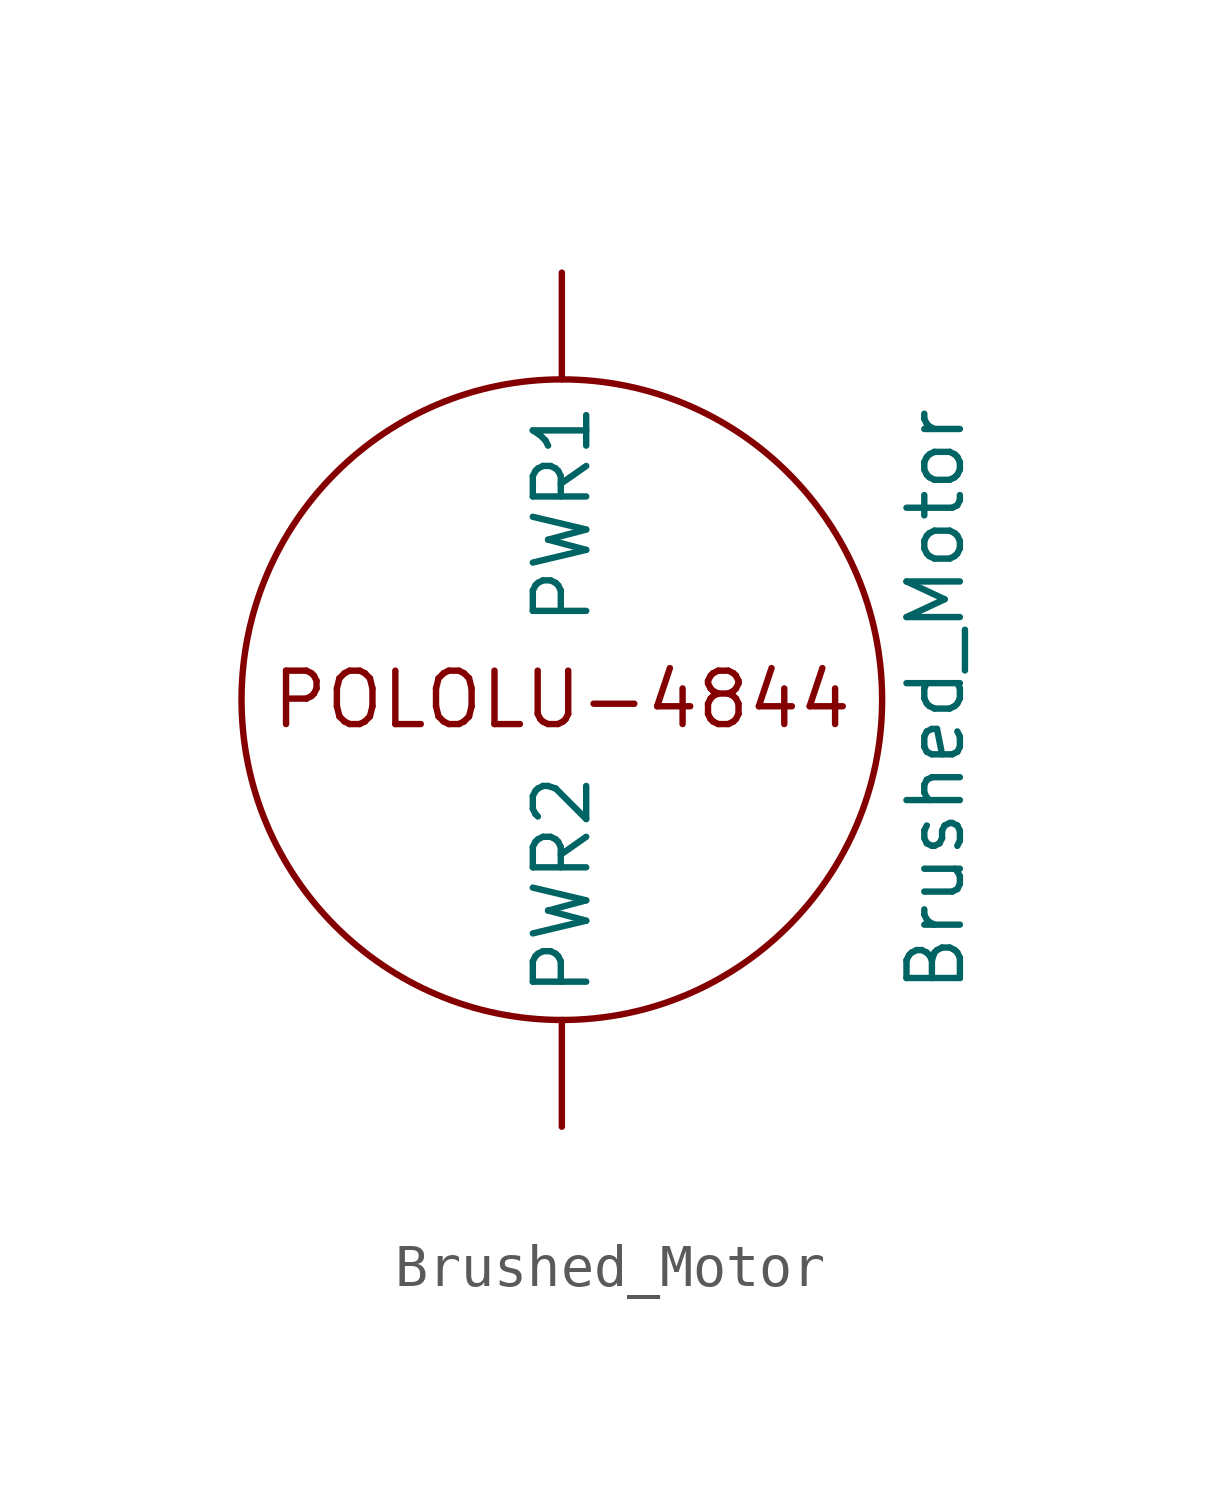
<source format=kicad_sym>
(kicad_symbol_lib
  (version 20211014)
  (generator kicad_symbol_editor)
  (symbol "Brushed_Motor"
    (property "Reference" "M"
      (at 3.81 -5.08 0)
      (effects (font (size 1.27 1.27)) hide))
    (property "Value" "Brushed_Motor"
      (at 8.89 0 90)
      (effects (font (size 1.27 1.27))))
    (symbol "Brushed_Motor_0_0"
      (text "POLOLU-4844" (at 0 0 0) (effects (font (size 1.27 1.27)))))
    (symbol "Brushed_Motor_0_1"
      (circle (center 0 0) (radius 7.62) (stroke (width 0) (type default) (color 0 0 0 0)) (fill (type none))))
    (symbol "Brushed_Motor_1_1"
      (pin input line (at 0 10.16 270) (length 2.54) (name "PWR1" (effects (font (size 1.27 1.27)))) (number "" (effects (font (size 1.27 1.27)))))
      (pin input line (at 0 -10.16 90) (length 2.54) (name "PWR2" (effects (font (size 1.27 1.27)))) (number "" (effects (font (size 1.27 1.27))))))))
</source>
